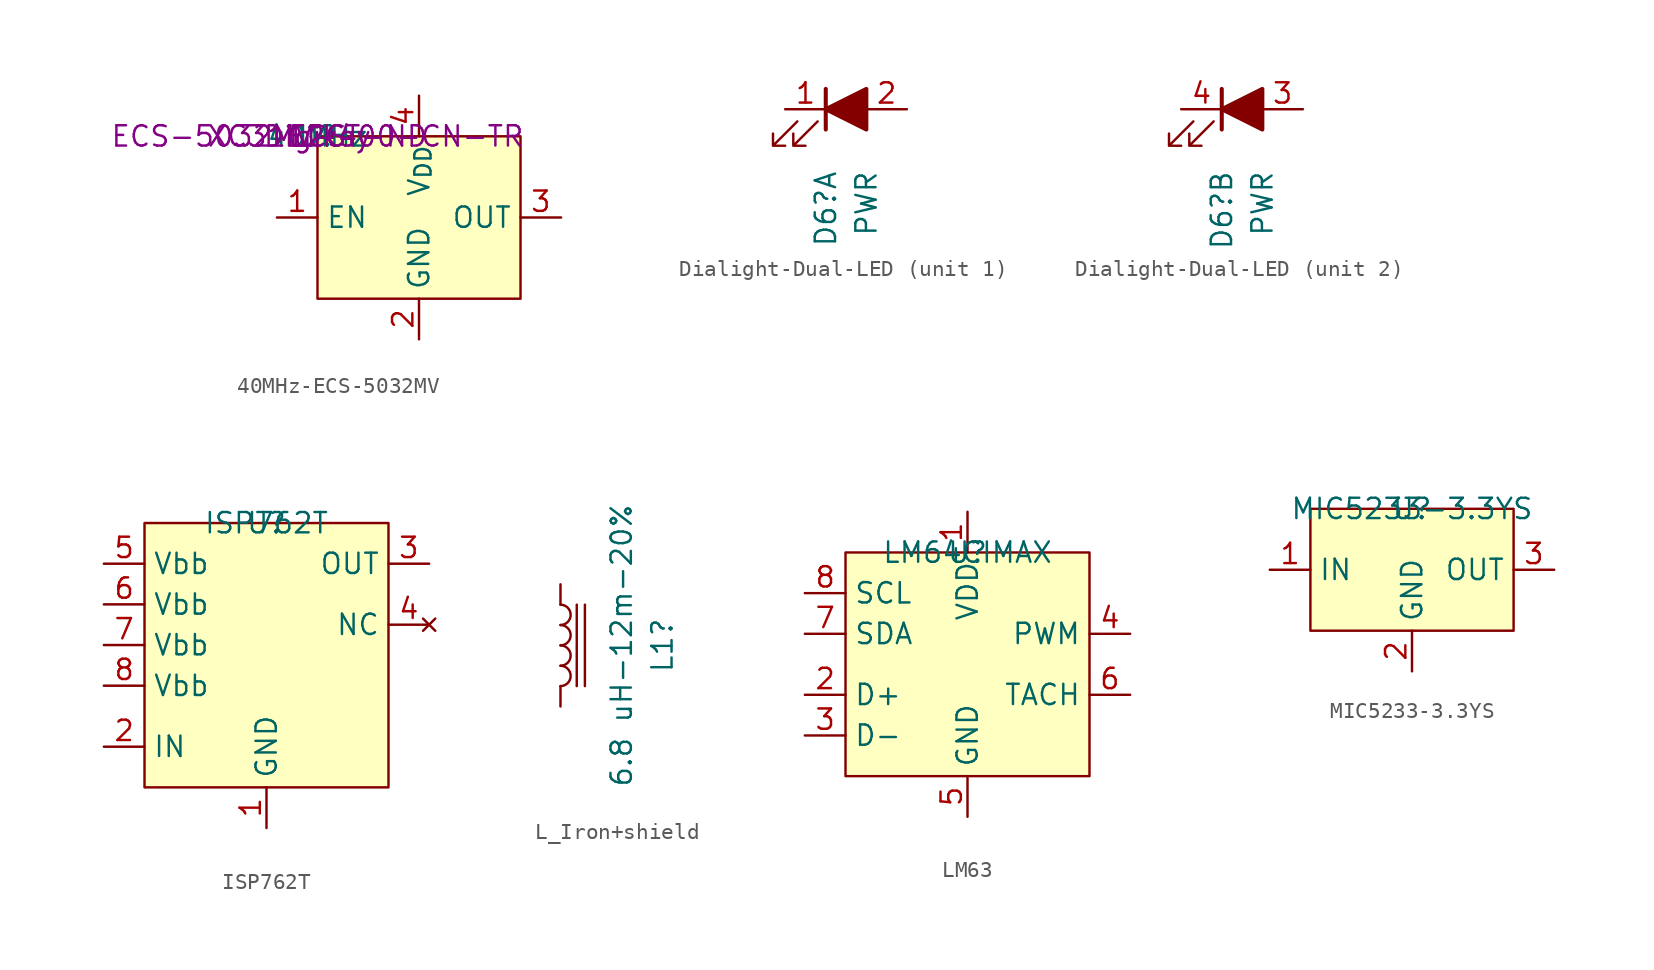
<source format=kicad_sym>
(kicad_symbol_lib
  (version 20231120)
  (generator "kicad_symbol_editor")
  (generator_version "8.0")
  (symbol "40MHz-ECS-5032MV"
    (property "Reference" "U"
      (at 0 0 0)
      (effects (font (size 1.27 1.27))))
    (property "Value" "40MHz"
      (at 0 0 0)
      (effects (font (size 1.27 1.27))))
    (property "MFG" "ECS"
      (at 0 0 0)
      (effects (font (size 1.27 1.27))))
    (property "MFG P/N" "ECS-5032MV-400-CN-TR"
      (at 0 0 0)
      (effects (font (size 1.27 1.27))))
    (property "DIST" "Digikey"
      (at 0 0 0)
      (effects (font (size 1.27 1.27))))
    (property "DIST P/N" "XC3112CT-ND"
      (at 0 0 0)
      (effects (font (size 1.27 1.27))))
    (symbol "40MHz-ECS-5032MV_1_1"
      (rectangle (start 0 0) (end 12.7 -10.16) (stroke (width 0) (type default)) (fill (type background)))
      (pin input line (at -2.54 -5.08 0) (length 2.54) (name "EN" (effects (font (size 1.27 1.27)))) (number "1" (effects (font (size 1.27 1.27)))))
      (pin passive line (at 6.35 -12.7 90) (length 2.54) (name "GND" (effects (font (size 1.27 1.27)))) (number "2" (effects (font (size 1.27 1.27)))))
      (pin output line (at 15.24 -5.08 180) (length 2.54) (name "OUT" (effects (font (size 1.27 1.27)))) (number "3" (effects (font (size 1.27 1.27)))))
      (pin power_in line (at 6.35 2.54 270) (length 2.54) (name "V_{DD}" (effects (font (size 1.27 1.27)))) (number "4" (effects (font (size 1.27 1.27)))))))
  (symbol "Dialight-Dual-LED"
    (pin_names
      (offset 1.016) hide)
    (property "Reference" "D6"
      (at -1.27 -3.81 90)
      (effects (font (size 1.27 1.27)) (justify right)))
    (property "Value" "PWR"
      (at 1.27 -3.81 90)
      (effects (font (size 1.27 1.27)) (justify right)))
    (property "ki_locked" ""
      (at 0 0 0)
      (effects (font (size 1.27 1.27))))
    (symbol "Dialight-Dual-LED_0_1"
      (polyline (pts (xy -1.27 -1.27) (xy -1.27 1.27)) (stroke (width 0.254) (type default) (color 132 0 0 1)) (fill (type color) (color 255 0 0 1)))
      (polyline (pts (xy 1.27 -1.27) (xy 1.27 1.27) (xy -1.27 0) (xy 1.27 -1.27)) (stroke (width 0.254) (type default) (color 132 0 0 1)) (fill (type outline)))
      (polyline (pts (xy -3.048 -0.762) (xy -4.572 -2.286) (xy -3.81 -2.286) (xy -4.572 -2.286) (xy -4.572 -1.524)) (stroke (width 0) (type default) (color 132 0 0 1)) (fill (type none)))
      (polyline (pts (xy -1.778 -0.762) (xy -3.302 -2.286) (xy -2.54 -2.286) (xy -3.302 -2.286) (xy -3.302 -1.524)) (stroke (width 0) (type default) (color 132 0 0 1)) (fill (type none))))
    (symbol "Dialight-Dual-LED_1_1"
      (pin passive line (at -3.81 0 0) (length 2.54) (name "Red-K" (effects (font (size 1.27 1.27)))) (number "1" (effects (font (size 1.27 1.27)))))
      (pin passive line (at 3.81 0 180) (length 2.54) (name "RedA" (effects (font (size 1.27 1.27)))) (number "2" (effects (font (size 1.27 1.27))))))
    (symbol "Dialight-Dual-LED_2_1"
      (pin passive line (at 3.81 0 180) (length 2.54) (name "Green-A" (effects (font (size 1.27 1.27)))) (number "3" (effects (font (size 1.27 1.27)))))
      (pin passive line (at -3.81 0 0) (length 2.54) (name "Green-K" (effects (font (size 1.27 1.27)))) (number "4" (effects (font (size 1.27 1.27)))))))
  (symbol "ISP762T"
    (property "Reference" "U"
      (at 0 0 0)
      (effects (font (size 1.27 1.27))))
    (property "Value" "ISP762T"
      (at 0 0 0)
      (effects (font (size 1.27 1.27))))
    (symbol "ISP762T_1_1"
      (rectangle (start -7.62 0) (end 7.62 -16.51) (stroke (width 0) (type default)) (fill (type background)))
      (pin passive line (at 0 -19.05 90) (length 2.54) (name "GND" (effects (font (size 1.27 1.27)))) (number "1" (effects (font (size 1.27 1.27)))))
      (pin input line (at -10.16 -13.97 0) (length 2.54) (name "IN" (effects (font (size 1.27 1.27)))) (number "2" (effects (font (size 1.27 1.27)))))
      (pin output line (at 10.16 -2.54 180) (length 2.54) (name "OUT" (effects (font (size 1.27 1.27)))) (number "3" (effects (font (size 1.27 1.27)))))
      (pin no_connect line (at 10.16 -6.35 180) (length 2.54) (name "NC" (effects (font (size 1.27 1.27)))) (number "4" (effects (font (size 1.27 1.27)))))
      (pin power_in line (at -10.16 -2.54 0) (length 2.54) (name "Vbb" (effects (font (size 1.27 1.27)))) (number "5" (effects (font (size 1.27 1.27)))))
      (pin power_in line (at -10.16 -5.08 0) (length 2.54) (name "Vbb" (effects (font (size 1.27 1.27)))) (number "6" (effects (font (size 1.27 1.27)))))
      (pin power_in line (at -10.16 -7.62 0) (length 2.54) (name "Vbb" (effects (font (size 1.27 1.27)))) (number "7" (effects (font (size 1.27 1.27)))))
      (pin power_in line (at -10.16 -10.16 0) (length 2.54) (name "Vbb" (effects (font (size 1.27 1.27)))) (number "8" (effects (font (size 1.27 1.27)))))))
  (symbol "L_Iron+shield"
    (pin_numbers hide)
    (pin_names
      (offset 1.016) hide)
    (property "Reference" "L1"
      (at 6.35 0 90)
      (effects (font (size 1.27 1.27))))
    (property "Value" "6.8 uH-12m-20%"
      (at 3.81 0 90)
      (effects (font (size 1.27 1.27))))
    (symbol "L_Iron+shield_0_1"
      (arc (start 0 -2.54) (mid 0.6323 -1.905) (end 0 -1.27) (stroke (width 0) (type default)) (fill (type none)))
      (arc (start 0 -1.27) (mid 0.6323 -0.635) (end 0 0) (stroke (width 0) (type default)) (fill (type none)))
      (polyline (pts (xy 1.016 2.54) (xy 1.016 -2.54)) (stroke (width 0) (type default)) (fill (type none)))
      (polyline (pts (xy 1.524 -2.54) (xy 1.524 2.54)) (stroke (width 0) (type default)) (fill (type none)))
      (arc (start 0 0) (mid 0.6323 0.635) (end 0 1.27) (stroke (width 0) (type default)) (fill (type none)))
      (arc (start 0 1.27) (mid 0.6323 1.905) (end 0 2.54) (stroke (width 0) (type default)) (fill (type none))))
    (symbol "L_Iron+shield_1_1"
      (pin passive line (at 0 3.81 270) (length 1.27) (name "1" (effects (font (size 1.27 1.27)))) (number "1" (effects (font (size 1.27 1.27)))))
      (pin passive line (at 0 -3.81 90) (length 1.27) (name "2" (effects (font (size 1.27 1.27)))) (number "2" (effects (font (size 1.27 1.27)))))))
  (symbol "LM63"
    (property "Reference" "U"
      (at 0 0 0)
      (effects (font (size 1.27 1.27))))
    (property "Value" "LM64CIMAX"
      (at 0 0 0)
      (effects (font (size 1.27 1.27))))
    (symbol "LM63_1_1"
      (rectangle (start -7.62 0) (end 7.62 -13.97) (stroke (width 0) (type default)) (fill (type background)))
      (pin power_in line (at 0 2.54 270) (length 2.54) (name "VDD" (effects (font (size 1.27 1.27)))) (number "1" (effects (font (size 1.27 1.27)))))
      (pin passive line (at -10.16 -8.89 0) (length 2.54) (name "D+" (effects (font (size 1.27 1.27)))) (number "2" (effects (font (size 1.27 1.27)))))
      (pin passive line (at -10.16 -11.43 0) (length 2.54) (name "D-" (effects (font (size 1.27 1.27)))) (number "3" (effects (font (size 1.27 1.27)))))
      (pin open_collector line (at 10.16 -5.08 180) (length 2.54) (name "PWM" (effects (font (size 1.27 1.27)))) (number "4" (effects (font (size 1.27 1.27)))))
      (pin passive line (at 0 -16.51 90) (length 2.54) (name "GND" (effects (font (size 1.27 1.27)))) (number "5" (effects (font (size 1.27 1.27)))))
      (pin input line (at 10.16 -8.89 180) (length 2.54) (name "TACH" (effects (font (size 1.27 1.27)))) (number "6" (effects (font (size 1.27 1.27)))))
      (pin input line (at -10.16 -5.08 0) (length 2.54) (name "SDA" (effects (font (size 1.27 1.27)))) (number "7" (effects (font (size 1.27 1.27)))))
      (pin input line (at -10.16 -2.54 0) (length 2.54) (name "SCL" (effects (font (size 1.27 1.27)))) (number "8" (effects (font (size 1.27 1.27)))))))
  (symbol "MIC5233-3.3YS"
    (property "Reference" "U"
      (at 0 0 0)
      (effects (font (size 1.27 1.27))))
    (property "Value" "MIC5233-3.3YS"
      (at 0 0 0)
      (effects (font (size 1.27 1.27))))
    (symbol "MIC5233-3.3YS_1_1"
      (rectangle (start -6.35 0) (end 6.35 -7.62) (stroke (width 0) (type default)) (fill (type background)))
      (pin power_in line (at -8.89 -3.81 0) (length 2.54) (name "IN" (effects (font (size 1.27 1.27)))) (number "1" (effects (font (size 1.27 1.27)))))
      (pin passive line (at 0 -10.16 90) (length 2.54) (name "GND" (effects (font (size 1.27 1.27)))) (number "2" (effects (font (size 1.27 1.27)))))
      (pin power_out line (at 8.89 -3.81 180) (length 2.54) (name "OUT" (effects (font (size 1.27 1.27)))) (number "3" (effects (font (size 1.27 1.27))))))))
</source>
